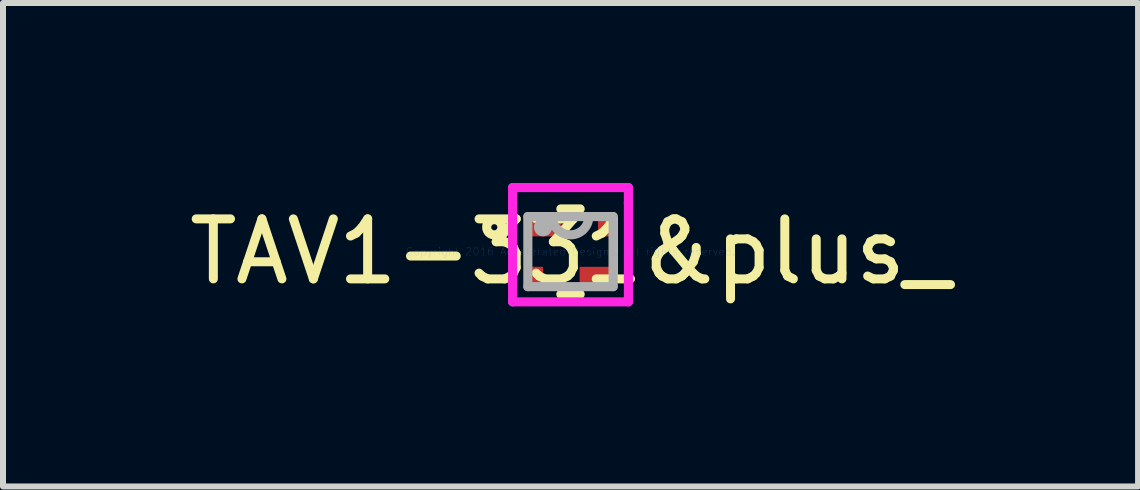
<source format=kicad_pcb>
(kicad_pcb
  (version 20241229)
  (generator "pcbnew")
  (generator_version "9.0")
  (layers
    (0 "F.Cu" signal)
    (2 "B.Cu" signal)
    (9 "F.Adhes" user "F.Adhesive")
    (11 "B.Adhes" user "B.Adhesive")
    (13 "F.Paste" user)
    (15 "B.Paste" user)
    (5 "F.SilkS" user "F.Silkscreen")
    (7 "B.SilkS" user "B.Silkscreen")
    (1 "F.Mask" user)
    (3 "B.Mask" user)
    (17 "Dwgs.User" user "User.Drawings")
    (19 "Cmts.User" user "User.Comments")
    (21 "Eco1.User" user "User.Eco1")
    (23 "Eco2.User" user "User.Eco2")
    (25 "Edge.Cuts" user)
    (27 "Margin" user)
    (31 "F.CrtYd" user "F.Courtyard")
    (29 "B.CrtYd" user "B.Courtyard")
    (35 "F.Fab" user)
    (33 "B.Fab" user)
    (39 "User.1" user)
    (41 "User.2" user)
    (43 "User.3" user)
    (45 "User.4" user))
  (footprint "TAV1-331&plus_"
    (layer "F.Cu")
    (at 6.458 1.143)
    (property "Reference" "TAV1-331&plus_" (at 0 0 0) (layer "F.SilkS") (effects (font (size 1 1) (thickness 0.15))))
    (attr through_hole)
    (fp_line (start -0.161 0.711) (end 0.161 0.711) (stroke (width 0.152) (type solid)) (layer "F.SilkS"))
    (fp_line (start 0.161 -0.711) (end -0.161 -0.711) (stroke (width 0.152) (type solid)) (layer "F.SilkS"))
    (fp_circle (center -1.27 -0.406) (end -1.143 -0.406) (stroke (width 0.152) (type solid)) (fill no) (layer "F.SilkS"))
    (fp_line (start -0.965 -1.067) (end 0.965 -1.067) (stroke (width 0.152) (type solid)) (layer "F.CrtYd"))
    (fp_line (start -0.965 -0.813) (end -0.965 -1.067) (stroke (width 0.152) (type solid)) (layer "F.CrtYd"))
    (fp_line (start -0.965 -0.813) (end -0.965 -0.813) (stroke (width 0.152) (type solid)) (layer "F.CrtYd"))
    (fp_line (start -0.965 0.813) (end -0.965 -0.813) (stroke (width 0.152) (type solid)) (layer "F.CrtYd"))
    (fp_line (start -0.965 0.813) (end -0.965 0.813) (stroke (width 0.152) (type solid)) (layer "F.CrtYd"))
    (fp_line (start -0.965 0.838) (end -0.965 0.813) (stroke (width 0.152) (type solid)) (layer "F.CrtYd"))
    (fp_line (start 0.965 -1.067) (end 0.965 -0.813) (stroke (width 0.152) (type solid)) (layer "F.CrtYd"))
    (fp_line (start 0.965 -0.813) (end 0.965 -0.813) (stroke (width 0.152) (type solid)) (layer "F.CrtYd"))
    (fp_line (start 0.965 -0.813) (end 0.965 0.813) (stroke (width 0.152) (type solid)) (layer "F.CrtYd"))
    (fp_line (start 0.965 0.813) (end 0.965 0.813) (stroke (width 0.152) (type solid)) (layer "F.CrtYd"))
    (fp_line (start 0.965 0.813) (end 0.965 0.838) (stroke (width 0.152) (type solid)) (layer "F.CrtYd"))
    (fp_line (start 0.965 0.838) (end -0.965 0.838) (stroke (width 0.152) (type solid)) (layer "F.CrtYd"))
    (fp_line (start -0.711 -0.584) (end -0.711 0.584) (stroke (width 0.152) (type solid)) (layer "F.Fab"))
    (fp_line (start -0.711 0.584) (end 0.711 0.584) (stroke (width 0.152) (type solid)) (layer "F.Fab"))
    (fp_line (start 0.711 -0.584) (end -0.711 -0.584) (stroke (width 0.152) (type solid)) (layer "F.Fab"))
    (fp_line (start 0.711 0.584) (end 0.711 -0.584) (stroke (width 0.152) (type solid)) (layer "F.Fab"))
    (fp_arc (start 0.3048 -0.5842) (mid 0 -0.2794) (end -0.3048 -0.5842) (stroke (width 0.1524) (type solid)) (layer "F.Fab"))
    (fp_circle (center -0.457 -0.406) (end -0.381 -0.406) (stroke (width 0.152) (type solid)) (fill no) (layer "F.Fab"))
    (fp_text user "Copyright 2016 Accelerated Designs. All rights reserved." (at 0 0 0) (layer "Cmts.User") (effects (font (size 0.127 0.127) (thickness 0.002))))
    (pad "1" smd rect (at -0.406 -0.406) (size 0.508 0.305) (layers "F.Cu" "F.Mask" "F.Paste"))
    (pad "2" smd rect (at 0.559 -0.406) (size 0.203 0.305) (layers "F.Cu" "F.Mask" "F.Paste"))
    (pad "3" smd rect (at 0.406 0.406) (size 0.508 0.305) (layers "F.Cu" "F.Mask" "F.Paste"))
    (pad "4" smd rect (at -0.559 0.406) (size 0.203 0.305) (layers "F.Cu" "F.Mask" "F.Paste")))
  (gr_rect
    (start -3 -3)
    (end 15.917 5.057)
    (stroke (width 0.1) (type default))
    (fill no)
    (layer "Edge.Cuts")))
</source>
